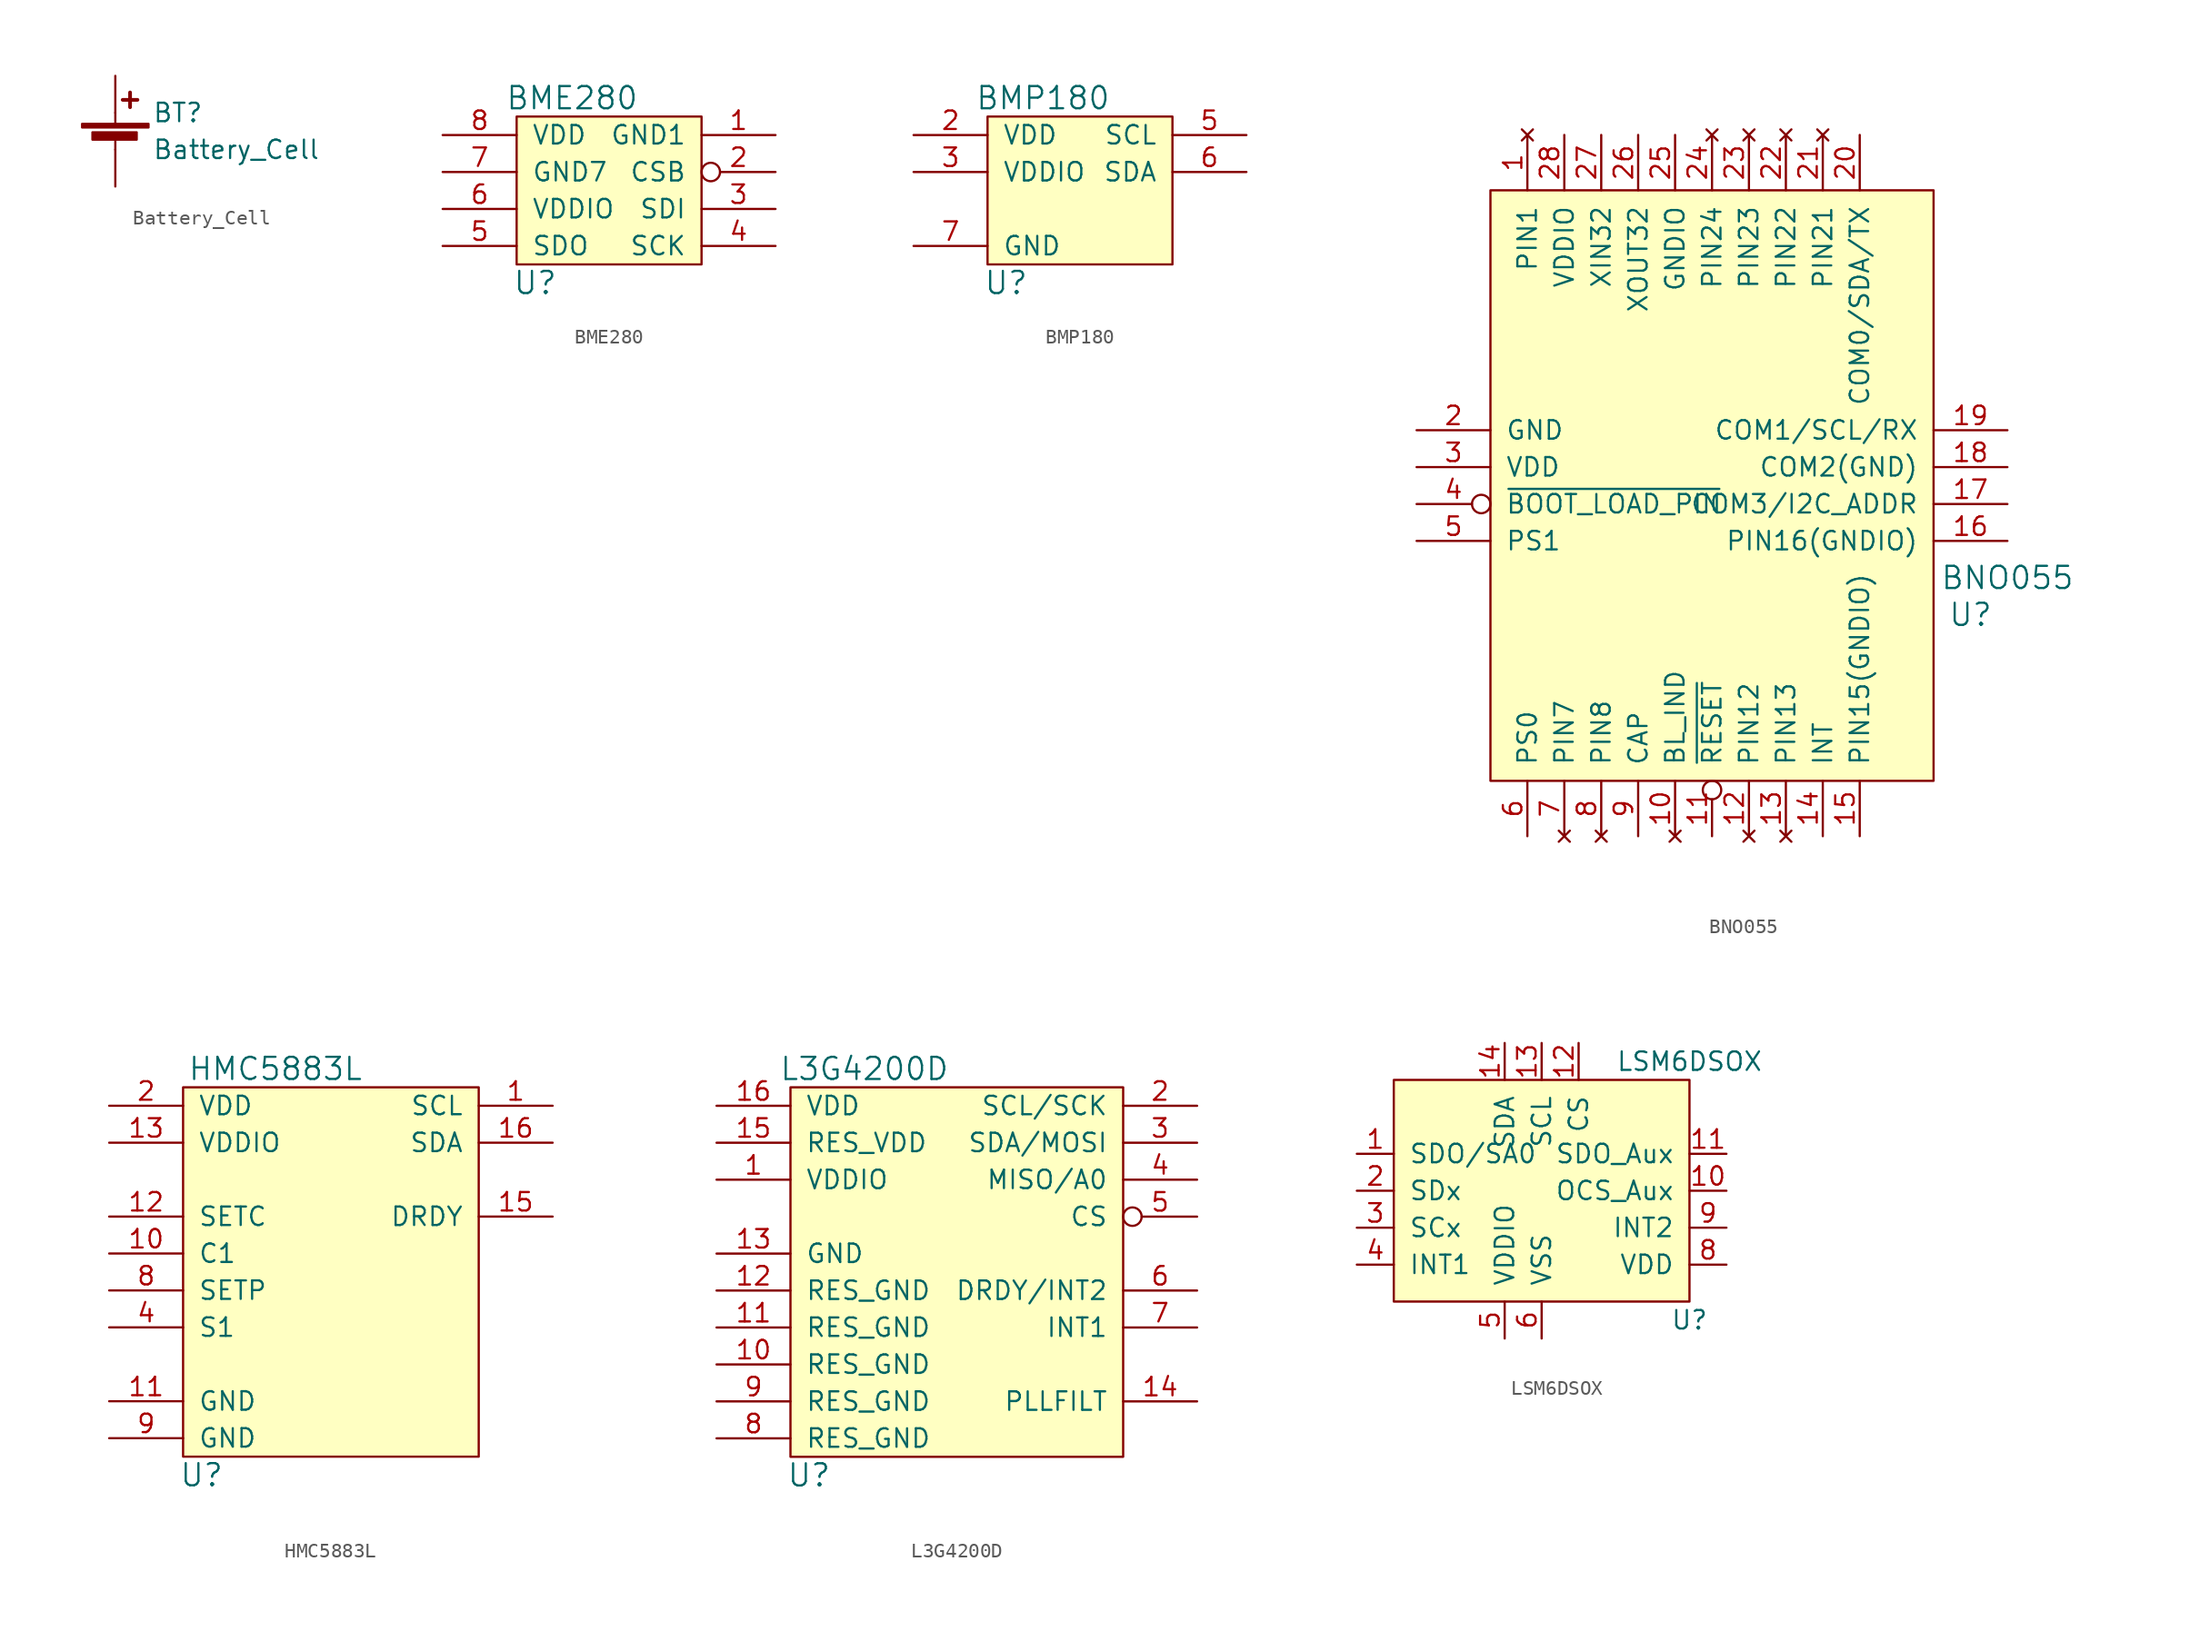
<source format=kicad_sym>
(kicad_symbol_lib
  (version 20211014)
  (generator kicad_symbol_editor)
  (symbol "Battery_Cell"
    (pin_numbers hide)
    (pin_names
      (offset 0) hide)
    (property "Reference" "BT"
      (at 2.54 2.54 0)
      (effects (font (size 1.27 1.27)) (justify left)))
    (property "Value" "Battery_Cell"
      (at 2.54 0 0)
      (effects (font (size 1.27 1.27)) (justify left)))
    (symbol "Battery_Cell_0_1"
      (rectangle (start -2.286 1.778) (end 2.286 1.524) (stroke (width 0) (type default) (color 0 0 0 0)) (fill (type outline)))
      (rectangle (start -1.575 1.194) (end 1.473 0.686) (stroke (width 0) (type default) (color 0 0 0 0)) (fill (type outline)))
      (polyline (pts (xy 0 0.762) (xy 0 0)) (stroke (width 0) (type default) (color 0 0 0 0)) (fill (type none)))
      (polyline (pts (xy 0 1.778) (xy 0 2.54)) (stroke (width 0) (type default) (color 0 0 0 0)) (fill (type none)))
      (polyline (pts (xy 0.508 3.429) (xy 1.524 3.429)) (stroke (width 0.254) (type default) (color 0 0 0 0)) (fill (type none)))
      (polyline (pts (xy 1.016 3.937) (xy 1.016 2.921)) (stroke (width 0.254) (type default) (color 0 0 0 0)) (fill (type none))))
    (symbol "Battery_Cell_1_1"
      (pin passive line (at 0 5.08 270) (length 2.54) (name "+" (effects (font (size 1.27 1.27)))) (number "+" (effects (font (size 1.27 1.27)))))
      (pin passive line (at 0 -2.54 90) (length 2.54) (name "-" (effects (font (size 1.27 1.27)))) (number "-" (effects (font (size 1.27 1.27)))))))
  (symbol "BME280"
    (pin_names
      (offset 1.016))
    (property "Reference" "U"
      (at -6.35 -5.08 0)
      (effects (font (size 1.524 1.524))))
    (property "Value" "BME280"
      (at -3.81 7.62 0)
      (effects (font (size 1.524 1.524))))
    (symbol "BME280_0_1"
      (rectangle (start -7.62 6.35) (end 5.08 -3.81) (stroke (width 0) (type default) (color 0 0 0 0)) (fill (type background))))
    (symbol "BME280_1_1"
      (pin power_in line (at 10.16 5.08 180) (length 5.08) (name "GND1" (effects (font (size 1.27 1.27)))) (number "1" (effects (font (size 1.27 1.27)))))
      (pin input inverted (at 10.16 2.54 180) (length 5.08) (name "CSB" (effects (font (size 1.27 1.27)))) (number "2" (effects (font (size 1.27 1.27)))))
      (pin bidirectional line (at 10.16 0 180) (length 5.08) (name "SDI" (effects (font (size 1.27 1.27)))) (number "3" (effects (font (size 1.27 1.27)))))
      (pin input line (at 10.16 -2.54 180) (length 5.08) (name "SCK" (effects (font (size 1.27 1.27)))) (number "4" (effects (font (size 1.27 1.27)))))
      (pin bidirectional line (at -12.7 -2.54 0) (length 5.08) (name "SDO" (effects (font (size 1.27 1.27)))) (number "5" (effects (font (size 1.27 1.27)))))
      (pin power_in line (at -12.7 0 0) (length 5.08) (name "VDDIO" (effects (font (size 1.27 1.27)))) (number "6" (effects (font (size 1.27 1.27)))))
      (pin power_in line (at -12.7 2.54 0) (length 5.08) (name "GND7" (effects (font (size 1.27 1.27)))) (number "7" (effects (font (size 1.27 1.27)))))
      (pin power_in line (at -12.7 5.08 0) (length 5.08) (name "VDD" (effects (font (size 1.27 1.27)))) (number "8" (effects (font (size 1.27 1.27)))))))
  (symbol "BMP180"
    (pin_names
      (offset 1.016))
    (property "Reference" "U"
      (at -6.35 -5.08 0)
      (effects (font (size 1.524 1.524))))
    (property "Value" "BMP180"
      (at -3.81 7.62 0)
      (effects (font (size 1.524 1.524))))
    (symbol "BMP180_0_1"
      (rectangle (start -7.62 6.35) (end 5.08 -3.81) (stroke (width 0) (type default) (color 0 0 0 0)) (fill (type background))))
    (symbol "BMP180_1_1"
      (pin power_in line (at -12.7 5.08 0) (length 5.08) (name "VDD" (effects (font (size 1.27 1.27)))) (number "2" (effects (font (size 1.27 1.27)))))
      (pin power_in line (at -12.7 2.54 0) (length 5.08) (name "VDDIO" (effects (font (size 1.27 1.27)))) (number "3" (effects (font (size 1.27 1.27)))))
      (pin open_collector line (at 10.16 5.08 180) (length 5.08) (name "SCL" (effects (font (size 1.27 1.27)))) (number "5" (effects (font (size 1.27 1.27)))))
      (pin open_collector line (at 10.16 2.54 180) (length 5.08) (name "SDA" (effects (font (size 1.27 1.27)))) (number "6" (effects (font (size 1.27 1.27)))))
      (pin power_in line (at -12.7 -2.54 0) (length 5.08) (name "GND" (effects (font (size 1.27 1.27)))) (number "7" (effects (font (size 1.27 1.27)))))))
  (symbol "BNO055"
    (pin_names
      (offset 1.016))
    (property "Reference" "U"
      (at 12.7 -7.62 0)
      (effects (font (size 1.524 1.524))))
    (property "Value" "BNO055"
      (at 15.24 -5.08 0)
      (effects (font (size 1.524 1.524))))
    (symbol "BNO055_0_1"
      (rectangle (start -20.32 21.59) (end 10.16 -19.05) (stroke (width 0) (type default) (color 0 0 0 0)) (fill (type background))))
    (symbol "BNO055_1_1"
      (pin no_connect line (at -17.78 25.4 270) (length 3.81) (name "PIN1" (effects (font (size 1.27 1.27)))) (number "1" (effects (font (size 1.27 1.27)))))
      (pin no_connect line (at -7.62 -22.86 90) (length 3.81) (name "BL_IND" (effects (font (size 1.27 1.27)))) (number "10" (effects (font (size 1.27 1.27)))))
      (pin input inverted (at -5.08 -22.86 90) (length 3.81) (name "~{RESET}" (effects (font (size 1.27 1.27)))) (number "11" (effects (font (size 1.27 1.27)))))
      (pin no_connect line (at -2.54 -22.86 90) (length 3.81) (name "PIN12" (effects (font (size 1.27 1.27)))) (number "12" (effects (font (size 1.27 1.27)))))
      (pin no_connect line (at 0 -22.86 90) (length 3.81) (name "PIN13" (effects (font (size 1.27 1.27)))) (number "13" (effects (font (size 1.27 1.27)))))
      (pin output line (at 2.54 -22.86 90) (length 3.81) (name "INT" (effects (font (size 1.27 1.27)))) (number "14" (effects (font (size 1.27 1.27)))))
      (pin power_in line (at 5.08 -22.86 90) (length 3.81) (name "PIN15(GNDIO)" (effects (font (size 1.27 1.27)))) (number "15" (effects (font (size 1.27 1.27)))))
      (pin power_in line (at 15.24 -2.54 180) (length 5.08) (name "PIN16(GNDIO)" (effects (font (size 1.27 1.27)))) (number "16" (effects (font (size 1.27 1.27)))))
      (pin input line (at 15.24 0 180) (length 5.08) (name "COM3/I2C_ADDR" (effects (font (size 1.27 1.27)))) (number "17" (effects (font (size 1.27 1.27)))))
      (pin power_in line (at 15.24 2.54 180) (length 5.08) (name "COM2(GND)" (effects (font (size 1.27 1.27)))) (number "18" (effects (font (size 1.27 1.27)))))
      (pin input line (at 15.24 5.08 180) (length 5.08) (name "COM1/SCL/RX" (effects (font (size 1.27 1.27)))) (number "19" (effects (font (size 1.27 1.27)))))
      (pin power_in line (at -25.4 5.08 0) (length 5.08) (name "GND" (effects (font (size 1.27 1.27)))) (number "2" (effects (font (size 1.27 1.27)))))
      (pin bidirectional line (at 5.08 25.4 270) (length 3.81) (name "COM0/SDA/TX" (effects (font (size 1.27 1.27)))) (number "20" (effects (font (size 1.27 1.27)))))
      (pin no_connect line (at 2.54 25.4 270) (length 3.81) (name "PIN21" (effects (font (size 1.27 1.27)))) (number "21" (effects (font (size 1.27 1.27)))))
      (pin no_connect line (at 0 25.4 270) (length 3.81) (name "PIN22" (effects (font (size 1.27 1.27)))) (number "22" (effects (font (size 1.27 1.27)))))
      (pin no_connect line (at -2.54 25.4 270) (length 3.81) (name "PIN23" (effects (font (size 1.27 1.27)))) (number "23" (effects (font (size 1.27 1.27)))))
      (pin no_connect line (at -5.08 25.4 270) (length 3.81) (name "PIN24" (effects (font (size 1.27 1.27)))) (number "24" (effects (font (size 1.27 1.27)))))
      (pin power_in line (at -7.62 25.4 270) (length 3.81) (name "GNDIO" (effects (font (size 1.27 1.27)))) (number "25" (effects (font (size 1.27 1.27)))))
      (pin output line (at -10.16 25.4 270) (length 3.81) (name "XOUT32" (effects (font (size 1.27 1.27)))) (number "26" (effects (font (size 1.27 1.27)))))
      (pin input line (at -12.7 25.4 270) (length 3.81) (name "XIN32" (effects (font (size 1.27 1.27)))) (number "27" (effects (font (size 1.27 1.27)))))
      (pin power_in line (at -15.24 25.4 270) (length 3.81) (name "VDDIO" (effects (font (size 1.27 1.27)))) (number "28" (effects (font (size 1.27 1.27)))))
      (pin power_in line (at -25.4 2.54 0) (length 5.08) (name "VDD" (effects (font (size 1.27 1.27)))) (number "3" (effects (font (size 1.27 1.27)))))
      (pin input inverted (at -25.4 0 0) (length 5.08) (name "~{BOOT_LOAD_PIN}" (effects (font (size 1.27 1.27)))) (number "4" (effects (font (size 1.27 1.27)))))
      (pin input line (at -25.4 -2.54 0) (length 5.08) (name "PS1" (effects (font (size 1.27 1.27)))) (number "5" (effects (font (size 1.27 1.27)))))
      (pin input line (at -17.78 -22.86 90) (length 3.81) (name "PS0" (effects (font (size 1.27 1.27)))) (number "6" (effects (font (size 1.27 1.27)))))
      (pin no_connect line (at -15.24 -22.86 90) (length 3.81) (name "PIN7" (effects (font (size 1.27 1.27)))) (number "7" (effects (font (size 1.27 1.27)))))
      (pin no_connect line (at -12.7 -22.86 90) (length 3.81) (name "PIN8" (effects (font (size 1.27 1.27)))) (number "8" (effects (font (size 1.27 1.27)))))
      (pin passive line (at -10.16 -22.86 90) (length 3.81) (name "CAP" (effects (font (size 1.27 1.27)))) (number "9" (effects (font (size 1.27 1.27)))))))
  (symbol "HMC5883L"
    (pin_names
      (offset 1.016))
    (property "Reference" "U"
      (at -13.97 -10.16 0)
      (effects (font (size 1.524 1.524))))
    (property "Value" "HMC5883L"
      (at -8.89 17.78 0)
      (effects (font (size 1.524 1.524))))
    (symbol "HMC5883L_0_1"
      (rectangle (start 5.08 -8.89) (end -15.24 16.51) (stroke (width 0) (type default) (color 0 0 0 0)) (fill (type background))))
    (symbol "HMC5883L_1_1"
      (pin input line (at 10.16 15.24 180) (length 5.08) (name "SCL" (effects (font (size 1.27 1.27)))) (number "1" (effects (font (size 1.27 1.27)))))
      (pin passive line (at -20.32 5.08 0) (length 5.08) (name "C1" (effects (font (size 1.27 1.27)))) (number "10" (effects (font (size 1.27 1.27)))))
      (pin power_in line (at -20.32 -5.08 0) (length 5.08) (name "GND" (effects (font (size 1.27 1.27)))) (number "11" (effects (font (size 1.27 1.27)))))
      (pin passive line (at -20.32 7.62 0) (length 5.08) (name "SETC" (effects (font (size 1.27 1.27)))) (number "12" (effects (font (size 1.27 1.27)))))
      (pin power_in line (at -20.32 12.7 0) (length 5.08) (name "VDDIO" (effects (font (size 1.27 1.27)))) (number "13" (effects (font (size 1.27 1.27)))))
      (pin output line (at 10.16 7.62 180) (length 5.08) (name "DRDY" (effects (font (size 1.27 1.27)))) (number "15" (effects (font (size 1.27 1.27)))))
      (pin bidirectional line (at 10.16 12.7 180) (length 5.08) (name "SDA" (effects (font (size 1.27 1.27)))) (number "16" (effects (font (size 1.27 1.27)))))
      (pin power_in line (at -20.32 15.24 0) (length 5.08) (name "VDD" (effects (font (size 1.27 1.27)))) (number "2" (effects (font (size 1.27 1.27)))))
      (pin passive line (at -20.32 0 0) (length 5.08) (name "S1" (effects (font (size 1.27 1.27)))) (number "4" (effects (font (size 1.27 1.27)))))
      (pin passive line (at -20.32 2.54 0) (length 5.08) (name "SETP" (effects (font (size 1.27 1.27)))) (number "8" (effects (font (size 1.27 1.27)))))
      (pin power_in line (at -20.32 -7.62 0) (length 5.08) (name "GND" (effects (font (size 1.27 1.27)))) (number "9" (effects (font (size 1.27 1.27)))))))
  (symbol "L3G4200D"
    (pin_names
      (offset 1.016))
    (property "Reference" "U"
      (at -8.89 -12.7 0)
      (effects (font (size 1.524 1.524))))
    (property "Value" "L3G4200D"
      (at -5.08 15.24 0)
      (effects (font (size 1.524 1.524))))
    (symbol "L3G4200D_0_1"
      (rectangle (start -10.16 13.97) (end 12.7 -11.43) (stroke (width 0) (type default) (color 0 0 0 0)) (fill (type background))))
    (symbol "L3G4200D_1_1"
      (pin power_in line (at -15.24 7.62 0) (length 5.08) (name "VDDIO" (effects (font (size 1.27 1.27)))) (number "1" (effects (font (size 1.27 1.27)))))
      (pin power_in line (at -15.24 -5.08 0) (length 5.08) (name "RES_GND" (effects (font (size 1.27 1.27)))) (number "10" (effects (font (size 1.27 1.27)))))
      (pin power_in line (at -15.24 -2.54 0) (length 5.08) (name "RES_GND" (effects (font (size 1.27 1.27)))) (number "11" (effects (font (size 1.27 1.27)))))
      (pin power_in line (at -15.24 0 0) (length 5.08) (name "RES_GND" (effects (font (size 1.27 1.27)))) (number "12" (effects (font (size 1.27 1.27)))))
      (pin power_in line (at -15.24 2.54 0) (length 5.08) (name "GND" (effects (font (size 1.27 1.27)))) (number "13" (effects (font (size 1.27 1.27)))))
      (pin passive line (at 17.78 -7.62 180) (length 5.08) (name "PLLFILT" (effects (font (size 1.27 1.27)))) (number "14" (effects (font (size 1.27 1.27)))))
      (pin power_in line (at -15.24 10.16 0) (length 5.08) (name "RES_VDD" (effects (font (size 1.27 1.27)))) (number "15" (effects (font (size 1.27 1.27)))))
      (pin power_in line (at -15.24 12.7 0) (length 5.08) (name "VDD" (effects (font (size 1.27 1.27)))) (number "16" (effects (font (size 1.27 1.27)))))
      (pin open_collector line (at 17.78 12.7 180) (length 5.08) (name "SCL/SCK" (effects (font (size 1.27 1.27)))) (number "2" (effects (font (size 1.27 1.27)))))
      (pin open_collector line (at 17.78 10.16 180) (length 5.08) (name "SDA/MOSI" (effects (font (size 1.27 1.27)))) (number "3" (effects (font (size 1.27 1.27)))))
      (pin bidirectional line (at 17.78 7.62 180) (length 5.08) (name "MISO/A0" (effects (font (size 1.27 1.27)))) (number "4" (effects (font (size 1.27 1.27)))))
      (pin input inverted (at 17.78 5.08 180) (length 5.08) (name "CS" (effects (font (size 1.27 1.27)))) (number "5" (effects (font (size 1.27 1.27)))))
      (pin output line (at 17.78 0 180) (length 5.08) (name "DRDY/INT2" (effects (font (size 1.27 1.27)))) (number "6" (effects (font (size 1.27 1.27)))))
      (pin output line (at 17.78 -2.54 180) (length 5.08) (name "INT1" (effects (font (size 1.27 1.27)))) (number "7" (effects (font (size 1.27 1.27)))))
      (pin power_in line (at -15.24 -10.16 0) (length 5.08) (name "RES_GND" (effects (font (size 1.27 1.27)))) (number "8" (effects (font (size 1.27 1.27)))))
      (pin power_in line (at -15.24 -7.62 0) (length 5.08) (name "RES_GND" (effects (font (size 1.27 1.27)))) (number "9" (effects (font (size 1.27 1.27)))))))
  (symbol "LSM6DSOX"
    (pin_names
      (offset 1.016))
    (property "Reference" "U"
      (at 22.86 -11.43 0)
      (effects (font (size 1.27 1.27))))
    (property "Value" "LSM6DSOX"
      (at 22.86 6.35 0)
      (effects (font (size 1.27 1.27))))
    (symbol "LSM6DSOX_0_1"
      (rectangle (start 2.54 5.08) (end 22.86 -10.16) (stroke (width 0) (type default) (color 0 0 0 0)) (fill (type background))))
    (symbol "LSM6DSOX_1_1"
      (pin bidirectional line (at 0 0 0) (length 2.54) (name "SDO/SA0" (effects (font (size 1.27 1.27)))) (number "1" (effects (font (size 1.27 1.27)))))
      (pin output line (at 25.4 -2.54 180) (length 2.54) (name "OCS_Aux" (effects (font (size 1.27 1.27)))) (number "10" (effects (font (size 1.27 1.27)))))
      (pin output line (at 25.4 0 180) (length 2.54) (name "SDO_Aux" (effects (font (size 1.27 1.27)))) (number "11" (effects (font (size 1.27 1.27)))))
      (pin input line (at 15.24 7.62 270) (length 2.54) (name "CS" (effects (font (size 1.27 1.27)))) (number "12" (effects (font (size 1.27 1.27)))))
      (pin bidirectional line (at 12.7 7.62 270) (length 2.54) (name "SCL" (effects (font (size 1.27 1.27)))) (number "13" (effects (font (size 1.27 1.27)))))
      (pin bidirectional line (at 10.16 7.62 270) (length 2.54) (name "SDA" (effects (font (size 1.27 1.27)))) (number "14" (effects (font (size 1.27 1.27)))))
      (pin bidirectional line (at 0 -2.54 0) (length 2.54) (name "SDx" (effects (font (size 1.27 1.27)))) (number "2" (effects (font (size 1.27 1.27)))))
      (pin bidirectional line (at 0 -5.08 0) (length 2.54) (name "SCx" (effects (font (size 1.27 1.27)))) (number "3" (effects (font (size 1.27 1.27)))))
      (pin output line (at 0 -7.62 0) (length 2.54) (name "INT1" (effects (font (size 1.27 1.27)))) (number "4" (effects (font (size 1.27 1.27)))))
      (pin power_in line (at 10.16 -12.7 90) (length 2.54) (name "VDDIO" (effects (font (size 1.27 1.27)))) (number "5" (effects (font (size 1.27 1.27)))))
      (pin passive line (at 12.7 -12.7 90) (length 2.54) (name "VSS" (effects (font (size 1.27 1.27)))) (number "6" (effects (font (size 1.27 1.27)))))
      (pin passive line (at 12.7 -12.7 90) (length 2.54) hide (name "VSS" (effects (font (size 1.27 1.27)))) (number "7" (effects (font (size 1.27 1.27)))))
      (pin power_in line (at 25.4 -7.62 180) (length 2.54) (name "VDD" (effects (font (size 1.27 1.27)))) (number "8" (effects (font (size 1.27 1.27)))))
      (pin output line (at 25.4 -5.08 180) (length 2.54) (name "INT2" (effects (font (size 1.27 1.27)))) (number "9" (effects (font (size 1.27 1.27))))))))
</source>
